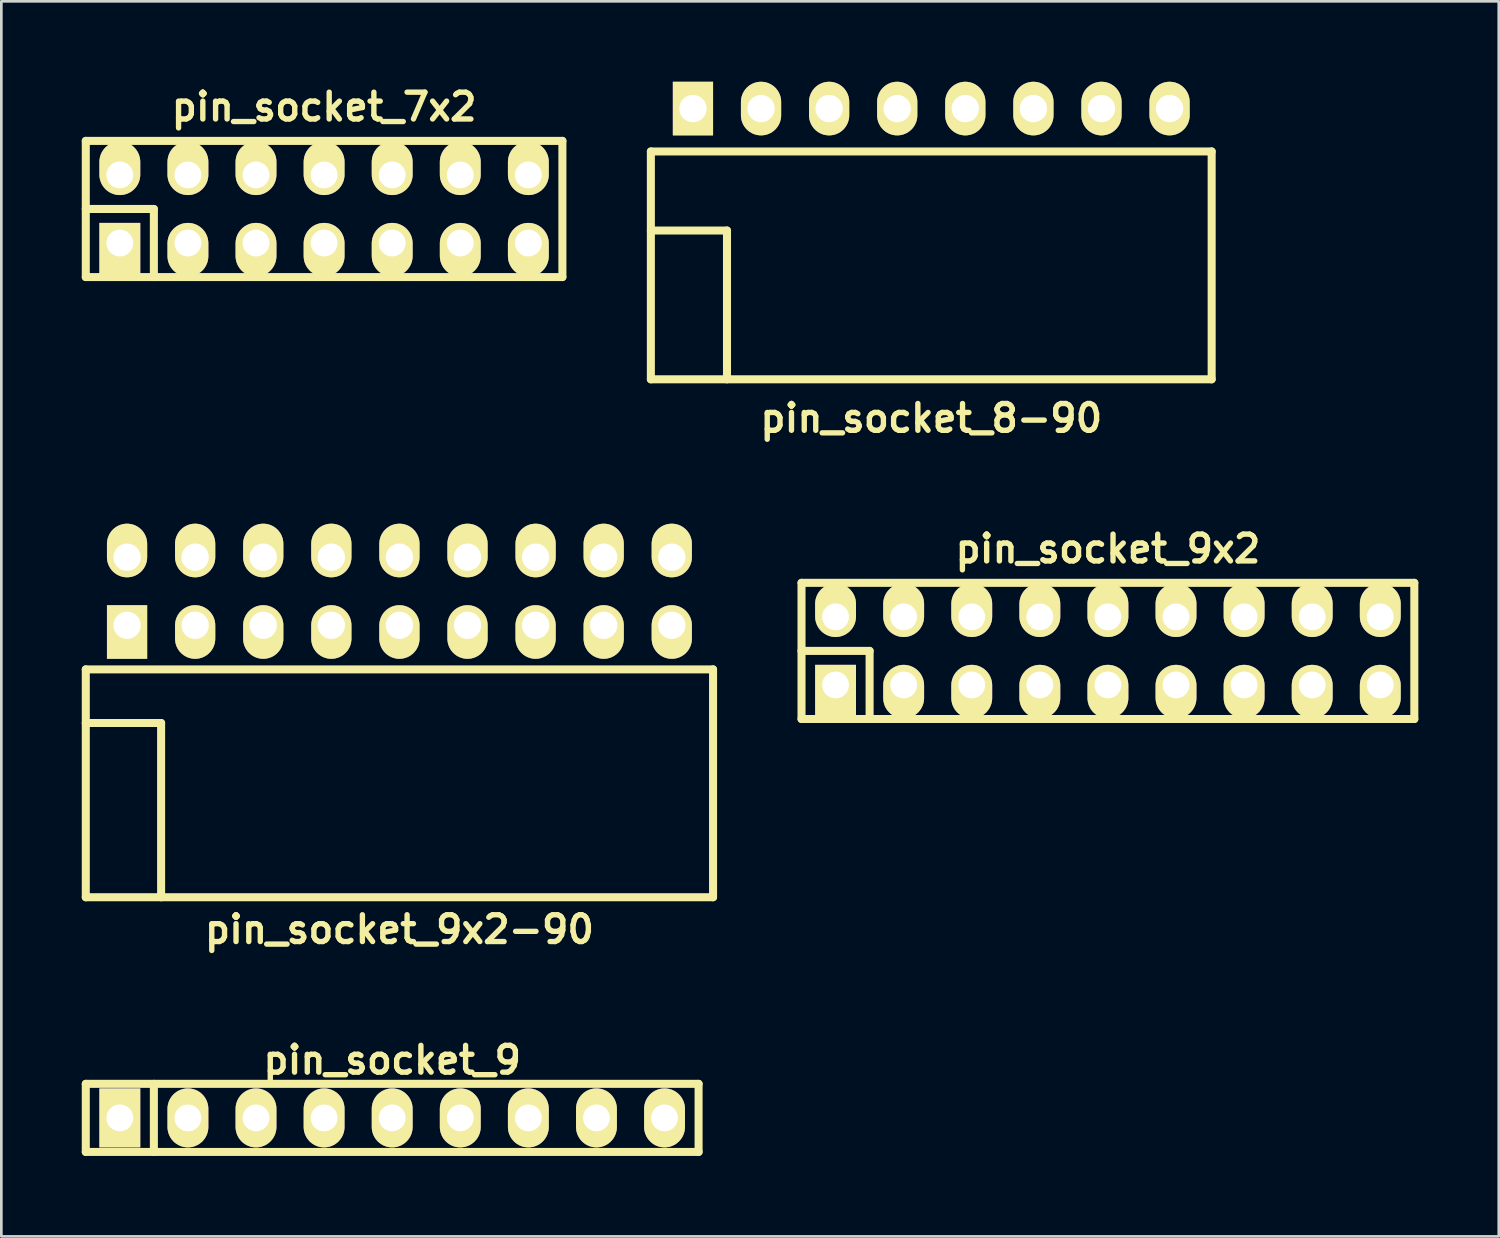
<source format=kicad_pcb>
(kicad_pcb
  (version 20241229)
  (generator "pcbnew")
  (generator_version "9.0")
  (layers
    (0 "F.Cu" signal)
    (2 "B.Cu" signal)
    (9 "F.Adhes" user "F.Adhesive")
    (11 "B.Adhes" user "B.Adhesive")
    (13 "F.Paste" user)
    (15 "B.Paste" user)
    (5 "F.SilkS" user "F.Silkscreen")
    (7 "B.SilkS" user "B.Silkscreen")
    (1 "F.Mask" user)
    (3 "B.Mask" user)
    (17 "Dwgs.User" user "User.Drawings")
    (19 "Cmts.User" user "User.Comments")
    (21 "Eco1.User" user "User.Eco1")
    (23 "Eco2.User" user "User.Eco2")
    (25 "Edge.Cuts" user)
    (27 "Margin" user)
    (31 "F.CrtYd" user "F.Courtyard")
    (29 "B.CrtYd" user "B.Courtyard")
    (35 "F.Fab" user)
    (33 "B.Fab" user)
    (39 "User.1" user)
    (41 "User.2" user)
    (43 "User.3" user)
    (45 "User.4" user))
  (footprint "pin_socket_9x2"
    (layer "F.Cu")
    (at 38.28 21.232)
    (property "Reference" "pin_socket_9x2" (at 0 -3.81 0) (layer "F.SilkS") (effects (font (size 1 1) (thickness 0.2))))
    (attr through_hole)
    (fp_line (start -11.43 -2.54) (end -11.43 2.54) (stroke (width 0.3) (type solid)) (layer "F.SilkS"))
    (fp_line (start -11.43 -2.54) (end 11.43 -2.54) (stroke (width 0.3) (type solid)) (layer "F.SilkS"))
    (fp_line (start -11.43 0) (end -8.89 0) (stroke (width 0.3) (type solid)) (layer "F.SilkS"))
    (fp_line (start -8.89 0) (end -8.89 2.54) (stroke (width 0.3) (type solid)) (layer "F.SilkS"))
    (fp_line (start 11.43 -2.54) (end 11.43 2.54) (stroke (width 0.3) (type solid)) (layer "F.SilkS"))
    (fp_line (start 11.43 2.54) (end -11.43 2.54) (stroke (width 0.3) (type solid)) (layer "F.SilkS"))
    (pad "1" thru_hole rect (at -10.16 1.27) (size 1.524 1.999) (drill 1.001 (offset 0 0.249)) (layers "*.Cu" "*.Mask" "F.SilkS"))
    (pad "2" thru_hole oval (at -10.16 -1.27) (size 1.524 1.999) (drill 1.001 (offset 0 -0.249)) (layers "*.Cu" "*.Mask" "F.SilkS"))
    (pad "3" thru_hole oval (at -7.62 1.27) (size 1.524 1.999) (drill 1.001 (offset 0 0.249)) (layers "*.Cu" "*.Mask" "F.SilkS"))
    (pad "4" thru_hole oval (at -7.62 -1.27) (size 1.524 1.999) (drill 1.001 (offset 0 -0.249)) (layers "*.Cu" "*.Mask" "F.SilkS"))
    (pad "5" thru_hole oval (at -5.08 1.27) (size 1.524 1.999) (drill 1.001 (offset 0 0.249)) (layers "*.Cu" "*.Mask" "F.SilkS"))
    (pad "6" thru_hole oval (at -5.08 -1.27) (size 1.524 1.999) (drill 1.001 (offset 0 -0.249)) (layers "*.Cu" "*.Mask" "F.SilkS"))
    (pad "7" thru_hole oval (at -2.54 1.27) (size 1.524 1.999) (drill 1.001 (offset 0 0.249)) (layers "*.Cu" "*.Mask" "F.SilkS"))
    (pad "8" thru_hole oval (at -2.54 -1.27) (size 1.524 1.999) (drill 1.001 (offset 0 -0.249)) (layers "*.Cu" "*.Mask" "F.SilkS"))
    (pad "9" thru_hole oval (at 0 1.27) (size 1.524 1.999) (drill 1.001 (offset 0 0.249)) (layers "*.Cu" "*.Mask" "F.SilkS"))
    (pad "10" thru_hole oval (at 0 -1.27) (size 1.524 1.999) (drill 1.001 (offset 0 -0.249)) (layers "*.Cu" "*.Mask" "F.SilkS"))
    (pad "11" thru_hole oval (at 2.54 1.27) (size 1.524 1.999) (drill 1.001 (offset 0 0.249)) (layers "*.Cu" "*.Mask" "F.SilkS"))
    (pad "12" thru_hole oval (at 2.54 -1.27) (size 1.524 1.999) (drill 1.001 (offset 0 -0.249)) (layers "*.Cu" "*.Mask" "F.SilkS"))
    (pad "13" thru_hole oval (at 5.08 1.27) (size 1.524 1.999) (drill 1.001 (offset 0 0.249)) (layers "*.Cu" "*.Mask" "F.SilkS"))
    (pad "14" thru_hole oval (at 5.08 -1.27) (size 1.524 1.999) (drill 1.001 (offset 0 -0.249)) (layers "*.Cu" "*.Mask" "F.SilkS"))
    (pad "15" thru_hole oval (at 7.62 1.27) (size 1.524 1.999) (drill 1.001 (offset 0 0.249)) (layers "*.Cu" "*.Mask" "F.SilkS"))
    (pad "16" thru_hole oval (at 7.62 -1.27) (size 1.524 1.999) (drill 1.001 (offset 0 -0.249)) (layers "*.Cu" "*.Mask" "F.SilkS"))
    (pad "17" thru_hole oval (at 10.16 1.27) (size 1.524 1.999) (drill 1.001 (offset 0 0.249)) (layers "*.Cu" "*.Mask" "F.SilkS"))
    (pad "18" thru_hole oval (at 10.16 -1.27) (size 1.524 1.999) (drill 1.001 (offset 0 -0.249)) (layers "*.Cu" "*.Mask" "F.SilkS")))
  (footprint "pin_socket_7x2"
    (layer "F.Cu")
    (at 9.04 4.746)
    (property "Reference" "pin_socket_7x2" (at 0 -3.81 0) (layer "F.SilkS") (effects (font (size 1 1) (thickness 0.2))))
    (attr through_hole)
    (fp_line (start -8.89 -2.54) (end -8.89 2.54) (stroke (width 0.3) (type solid)) (layer "F.SilkS"))
    (fp_line (start -8.89 -2.54) (end 8.89 -2.54) (stroke (width 0.3) (type solid)) (layer "F.SilkS"))
    (fp_line (start -8.89 0) (end -6.35 0) (stroke (width 0.3) (type solid)) (layer "F.SilkS"))
    (fp_line (start -6.35 0) (end -6.35 2.54) (stroke (width 0.3) (type solid)) (layer "F.SilkS"))
    (fp_line (start 8.89 -2.54) (end 8.89 2.54) (stroke (width 0.3) (type solid)) (layer "F.SilkS"))
    (fp_line (start 8.89 2.54) (end -8.89 2.54) (stroke (width 0.3) (type solid)) (layer "F.SilkS"))
    (pad "1" thru_hole rect (at -7.62 1.27) (size 1.524 1.999) (drill 1.001 (offset 0 0.249)) (layers "*.Cu" "*.Mask" "F.SilkS"))
    (pad "2" thru_hole oval (at -7.62 -1.27) (size 1.524 1.999) (drill 1.001 (offset 0 -0.249)) (layers "*.Cu" "*.Mask" "F.SilkS"))
    (pad "3" thru_hole oval (at -5.08 1.27) (size 1.524 1.999) (drill 1.001 (offset 0 0.249)) (layers "*.Cu" "*.Mask" "F.SilkS"))
    (pad "4" thru_hole oval (at -5.08 -1.27) (size 1.524 1.999) (drill 1.001 (offset 0 -0.249)) (layers "*.Cu" "*.Mask" "F.SilkS"))
    (pad "5" thru_hole oval (at -2.54 1.27) (size 1.524 1.999) (drill 1.001 (offset 0 0.249)) (layers "*.Cu" "*.Mask" "F.SilkS"))
    (pad "6" thru_hole oval (at -2.54 -1.27) (size 1.524 1.999) (drill 1.001 (offset 0 -0.249)) (layers "*.Cu" "*.Mask" "F.SilkS"))
    (pad "7" thru_hole oval (at 0 1.27) (size 1.524 1.999) (drill 1.001 (offset 0 0.249)) (layers "*.Cu" "*.Mask" "F.SilkS"))
    (pad "8" thru_hole oval (at 0 -1.27) (size 1.524 1.999) (drill 1.001 (offset 0 -0.249)) (layers "*.Cu" "*.Mask" "F.SilkS"))
    (pad "9" thru_hole oval (at 2.54 1.27) (size 1.524 1.999) (drill 1.001 (offset 0 0.249)) (layers "*.Cu" "*.Mask" "F.SilkS"))
    (pad "10" thru_hole oval (at 2.54 -1.27) (size 1.524 1.999) (drill 1.001 (offset 0 -0.249)) (layers "*.Cu" "*.Mask" "F.SilkS"))
    (pad "11" thru_hole oval (at 5.08 1.27) (size 1.524 1.999) (drill 1.001 (offset 0 0.249)) (layers "*.Cu" "*.Mask" "F.SilkS"))
    (pad "12" thru_hole oval (at 5.08 -1.27) (size 1.524 1.999) (drill 1.001 (offset 0 -0.249)) (layers "*.Cu" "*.Mask" "F.SilkS"))
    (pad "13" thru_hole oval (at 7.62 1.27) (size 1.524 1.999) (drill 1.001 (offset 0 0.249)) (layers "*.Cu" "*.Mask" "F.SilkS"))
    (pad "14" thru_hole oval (at 7.62 -1.27) (size 1.524 1.999) (drill 1.001 (offset 0 -0.249)) (layers "*.Cu" "*.Mask" "F.SilkS")))
  (footprint "pin_socket_9x2-90"
    (layer "F.Cu")
    (at 11.85 23.921)
    (property "Reference" "pin_socket_9x2-90" (at 0 7.7 0) (layer "F.SilkS") (effects (font (size 1 1) (thickness 0.2))))
    (attr through_hole)
    (fp_line (start -11.7 -2) (end -11.7 6.5) (stroke (width 0.3) (type solid)) (layer "F.SilkS"))
    (fp_line (start -11.7 -2) (end 11.7 -2) (stroke (width 0.3) (type solid)) (layer "F.SilkS"))
    (fp_line (start -11.7 0) (end -8.89 0) (stroke (width 0.3) (type solid)) (layer "F.SilkS"))
    (fp_line (start -11.7 6.5) (end 11.7 6.5) (stroke (width 0.3) (type solid)) (layer "F.SilkS"))
    (fp_line (start -8.89 0) (end -8.89 6.5) (stroke (width 0.3) (type solid)) (layer "F.SilkS"))
    (fp_line (start 11.7 -2) (end 11.7 6.5) (stroke (width 0.3) (type solid)) (layer "F.SilkS"))
    (pad "1" thru_hole rect (at -10.16 -3.645) (size 1.5 2) (drill 1.02 (offset 0 0.25)) (layers "*.Cu" "*.Mask" "F.SilkS"))
    (pad "2" thru_hole oval (at -10.16 -6.185) (size 1.5 2) (drill 1.02 (offset 0 -0.25)) (layers "*.Cu" "*.Mask" "F.SilkS"))
    (pad "3" thru_hole oval (at -7.62 -3.645) (size 1.5 2) (drill 1.02 (offset 0 0.25)) (layers "*.Cu" "*.Mask" "F.SilkS"))
    (pad "4" thru_hole oval (at -7.62 -6.185) (size 1.5 2) (drill 1.02 (offset 0 -0.25)) (layers "*.Cu" "*.Mask" "F.SilkS"))
    (pad "5" thru_hole oval (at -5.08 -3.645) (size 1.5 2) (drill 1.02 (offset 0 0.25)) (layers "*.Cu" "*.Mask" "F.SilkS"))
    (pad "6" thru_hole oval (at -5.08 -6.185) (size 1.5 2) (drill 1.02 (offset 0 -0.25)) (layers "*.Cu" "*.Mask" "F.SilkS"))
    (pad "7" thru_hole oval (at -2.54 -3.645) (size 1.5 2) (drill 1.02 (offset 0 0.25)) (layers "*.Cu" "*.Mask" "F.SilkS"))
    (pad "8" thru_hole oval (at -2.54 -6.185) (size 1.5 2) (drill 1.02 (offset 0 -0.25)) (layers "*.Cu" "*.Mask" "F.SilkS"))
    (pad "9" thru_hole oval (at 0 -3.645) (size 1.5 2) (drill 1.02 (offset 0 0.25)) (layers "*.Cu" "*.Mask" "F.SilkS"))
    (pad "10" thru_hole oval (at 0 -6.185) (size 1.5 2) (drill 1.02 (offset 0 -0.25)) (layers "*.Cu" "*.Mask" "F.SilkS"))
    (pad "11" thru_hole oval (at 2.54 -3.645) (size 1.5 2) (drill 1.02 (offset 0 0.25)) (layers "*.Cu" "*.Mask" "F.SilkS"))
    (pad "12" thru_hole oval (at 2.54 -6.185) (size 1.5 2) (drill 1.02 (offset 0 -0.25)) (layers "*.Cu" "*.Mask" "F.SilkS"))
    (pad "13" thru_hole oval (at 5.08 -3.645) (size 1.5 2) (drill 1.02 (offset 0 0.25)) (layers "*.Cu" "*.Mask" "F.SilkS"))
    (pad "14" thru_hole oval (at 5.08 -6.185) (size 1.5 2) (drill 1.02 (offset 0 -0.25)) (layers "*.Cu" "*.Mask" "F.SilkS"))
    (pad "15" thru_hole oval (at 7.62 -3.645) (size 1.5 2) (drill 1.02 (offset 0 0.25)) (layers "*.Cu" "*.Mask" "F.SilkS"))
    (pad "16" thru_hole oval (at 7.62 -6.185) (size 1.5 2) (drill 1.02 (offset 0 -0.25)) (layers "*.Cu" "*.Mask" "F.SilkS"))
    (pad "17" thru_hole oval (at 10.16 -3.645) (size 1.5 2) (drill 1.02 (offset 0 0.25)) (layers "*.Cu" "*.Mask" "F.SilkS"))
    (pad "18" thru_hole oval (at 10.16 -6.185) (size 1.5 2) (drill 1.02 (offset 0 -0.25)) (layers "*.Cu" "*.Mask" "F.SilkS")))
  (footprint "pin_socket_9"
    (layer "F.Cu")
    (at 11.58 38.652)
    (property "Reference" "pin_socket_9" (at 0 -2.159 0) (layer "F.SilkS") (effects (font (size 1 1) (thickness 0.2))))
    (attr through_hole)
    (fp_line (start -11.43 -1.27) (end 11.43 -1.27) (stroke (width 0.3) (type solid)) (layer "F.SilkS"))
    (fp_line (start -11.43 1.27) (end -11.43 -1.27) (stroke (width 0.3) (type solid)) (layer "F.SilkS"))
    (fp_line (start -8.89 -1.27) (end -8.89 1.27) (stroke (width 0.3) (type solid)) (layer "F.SilkS"))
    (fp_line (start 11.43 -1.27) (end 11.43 1.27) (stroke (width 0.3) (type solid)) (layer "F.SilkS"))
    (fp_line (start 11.43 1.27) (end -11.43 1.27) (stroke (width 0.3) (type solid)) (layer "F.SilkS"))
    (pad "1" thru_hole rect (at -10.16 0) (size 1.524 2.2) (drill 1.001) (layers "*.Cu" "*.Mask" "F.SilkS"))
    (pad "2" thru_hole oval (at -7.62 0) (size 1.524 2.2) (drill 1.001) (layers "*.Cu" "*.Mask" "F.SilkS"))
    (pad "3" thru_hole oval (at -5.08 0) (size 1.524 2.2) (drill 1.001) (layers "*.Cu" "*.Mask" "F.SilkS"))
    (pad "4" thru_hole oval (at -2.54 0) (size 1.524 2.2) (drill 1.001) (layers "*.Cu" "*.Mask" "F.SilkS"))
    (pad "5" thru_hole oval (at 0 0) (size 1.524 2.2) (drill 1.001) (layers "*.Cu" "*.Mask" "F.SilkS"))
    (pad "6" thru_hole oval (at 2.54 0) (size 1.524 2.2) (drill 1.001) (layers "*.Cu" "*.Mask" "F.SilkS"))
    (pad "7" thru_hole oval (at 5.08 0) (size 1.524 2.2) (drill 1.001) (layers "*.Cu" "*.Mask" "F.SilkS"))
    (pad "8" thru_hole oval (at 7.62 0) (size 1.524 2.2) (drill 1.001) (layers "*.Cu" "*.Mask" "F.SilkS"))
    (pad "9" thru_hole oval (at 10.16 0) (size 1.524 2.2) (drill 1.001) (layers "*.Cu" "*.Mask" "F.SilkS")))
  (footprint "pin_socket_8-90"
    (layer "F.Cu")
    (at 31.69 5.55)
    (property "Reference" "pin_socket_8-90" (at 0 7 0) (layer "F.SilkS") (effects (font (size 1 1) (thickness 0.2))))
    (attr through_hole)
    (fp_line (start -10.46 -2.95) (end -10.46 5.55) (stroke (width 0.3) (type solid)) (layer "F.SilkS"))
    (fp_line (start -10.46 -2.95) (end 10.46 -2.95) (stroke (width 0.3) (type solid)) (layer "F.SilkS"))
    (fp_line (start -10.46 0) (end -7.62 0) (stroke (width 0.3) (type solid)) (layer "F.SilkS"))
    (fp_line (start -10.46 5.55) (end 10.46 5.55) (stroke (width 0.3) (type solid)) (layer "F.SilkS"))
    (fp_line (start -7.62 0) (end -7.62 5.55) (stroke (width 0.3) (type solid)) (layer "F.SilkS"))
    (fp_line (start 10.46 -2.95) (end 10.46 5.55) (stroke (width 0.3) (type solid)) (layer "F.SilkS"))
    (pad "1" thru_hole rect (at -8.89 -4.55) (size 1.5 2) (drill 1.02) (layers "*.Cu" "*.Mask" "F.SilkS"))
    (pad "2" thru_hole oval (at -6.35 -4.55) (size 1.5 2) (drill 1.02) (layers "*.Cu" "*.Mask" "F.SilkS"))
    (pad "3" thru_hole oval (at -3.81 -4.55) (size 1.5 2) (drill 1.02) (layers "*.Cu" "*.Mask" "F.SilkS"))
    (pad "4" thru_hole oval (at -1.27 -4.55) (size 1.5 2) (drill 1.02) (layers "*.Cu" "*.Mask" "F.SilkS"))
    (pad "5" thru_hole oval (at 1.27 -4.55) (size 1.5 2) (drill 1.02) (layers "*.Cu" "*.Mask" "F.SilkS"))
    (pad "6" thru_hole oval (at 3.81 -4.55) (size 1.5 2) (drill 1.02) (layers "*.Cu" "*.Mask" "F.SilkS"))
    (pad "7" thru_hole oval (at 6.35 -4.55) (size 1.5 2) (drill 1.02) (layers "*.Cu" "*.Mask" "F.SilkS"))
    (pad "8" thru_hole oval (at 8.89 -4.55) (size 1.5 2) (drill 1.02) (layers "*.Cu" "*.Mask" "F.SilkS")))
  (gr_rect
    (start -3 -3)
    (end 52.86 43.072)
    (stroke (width 0.1) (type default))
    (fill no)
    (layer "Edge.Cuts")))
</source>
